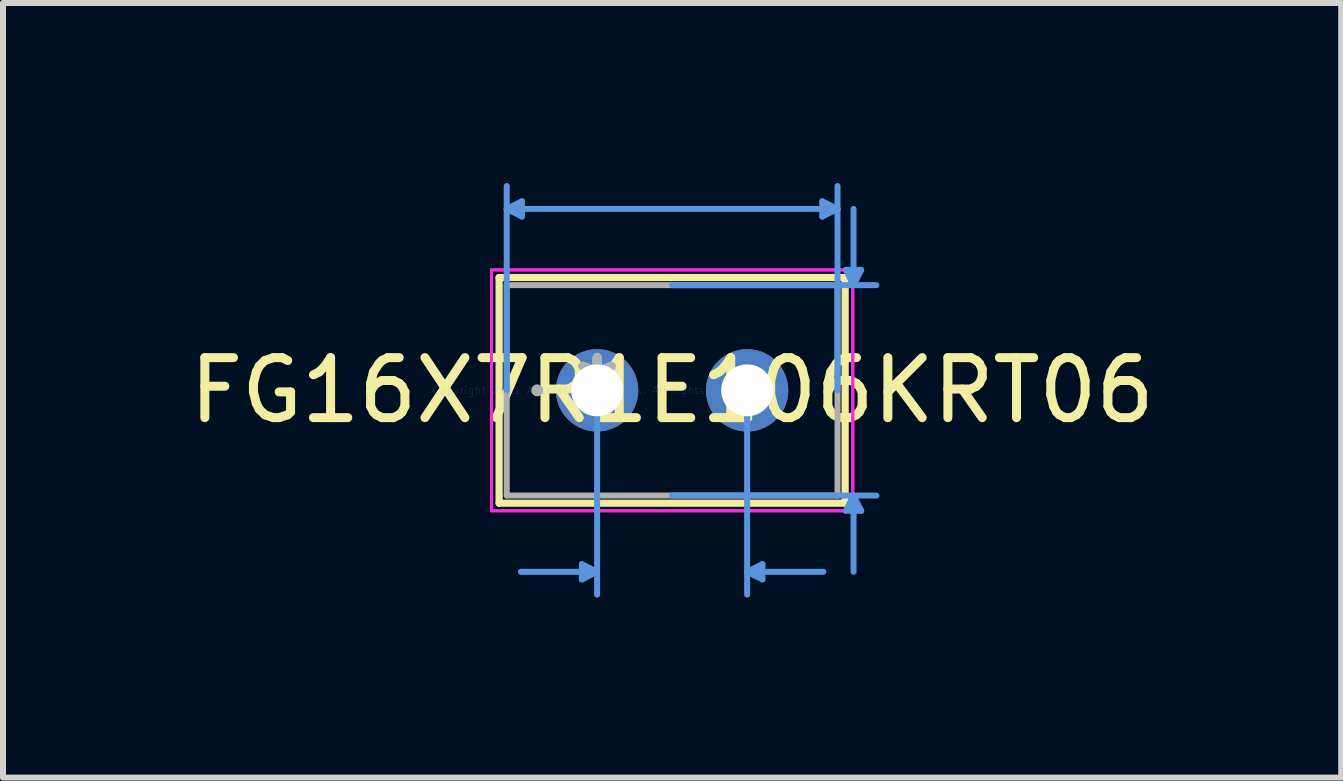
<source format=kicad_pcb>
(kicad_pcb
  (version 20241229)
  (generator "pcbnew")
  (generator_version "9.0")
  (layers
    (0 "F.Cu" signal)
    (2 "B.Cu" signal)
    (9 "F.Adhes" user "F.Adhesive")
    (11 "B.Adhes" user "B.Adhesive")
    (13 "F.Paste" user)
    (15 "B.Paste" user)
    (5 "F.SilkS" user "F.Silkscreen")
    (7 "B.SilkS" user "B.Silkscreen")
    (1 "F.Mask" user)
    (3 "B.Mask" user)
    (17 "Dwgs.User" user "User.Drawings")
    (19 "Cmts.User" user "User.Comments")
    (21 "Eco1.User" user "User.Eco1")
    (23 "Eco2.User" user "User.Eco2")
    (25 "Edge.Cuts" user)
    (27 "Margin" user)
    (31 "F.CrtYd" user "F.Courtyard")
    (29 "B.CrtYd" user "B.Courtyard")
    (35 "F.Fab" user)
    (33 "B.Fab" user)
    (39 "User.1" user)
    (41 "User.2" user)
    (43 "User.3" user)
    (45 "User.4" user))
  (footprint "FG16X7R1E106KRT06"
    (layer "F.Cu")
    (at 6.899 3.454)
    (property "Reference" "FG16X7R1E106KRT06" (at 1.25 0 0) (layer "F.SilkS") (effects (font (size 1 1) (thickness 0.15))))
    (attr through_hole)
    (fp_line (start -1.633 -1.88) (end -1.633 1.88) (stroke (width 0.12) (type solid)) (layer "F.SilkS"))
    (fp_line (start 4.133 -1.88) (end -1.633 -1.88) (stroke (width 0.12) (type solid)) (layer "F.SilkS"))
    (fp_line (start 4.133 -1.88) (end 4.133 1.88) (stroke (width 0.12) (type solid)) (layer "F.SilkS"))
    (fp_line (start 4.133 1.88) (end -1.633 1.88) (stroke (width 0.12) (type solid)) (layer "F.SilkS"))
    (fp_line (start -1.506 -3.023) (end -1.252 -3.15) (stroke (width 0.1) (type solid)) (layer "Cmts.User"))
    (fp_line (start -1.506 -3.023) (end -1.252 -2.896) (stroke (width 0.1) (type solid)) (layer "Cmts.User"))
    (fp_line (start -1.506 -3.023) (end 4.006 -3.023) (stroke (width 0.1) (type solid)) (layer "Cmts.User"))
    (fp_line (start -1.506 0) (end -1.506 -3.404) (stroke (width 0.1) (type solid)) (layer "Cmts.User"))
    (fp_line (start -1.252 -3.15) (end -1.252 -2.896) (stroke (width 0.1) (type solid)) (layer "Cmts.User"))
    (fp_line (start -0.254 2.896) (end -0.254 3.15) (stroke (width 0.1) (type solid)) (layer "Cmts.User"))
    (fp_line (start 0 0) (end 0 3.404) (stroke (width 0.1) (type solid)) (layer "Cmts.User"))
    (fp_line (start 0 3.023) (end -1.27 3.023) (stroke (width 0.1) (type solid)) (layer "Cmts.User"))
    (fp_line (start 0 3.023) (end -0.254 2.896) (stroke (width 0.1) (type solid)) (layer "Cmts.User"))
    (fp_line (start 0 3.023) (end -0.254 3.15) (stroke (width 0.1) (type solid)) (layer "Cmts.User"))
    (fp_line (start 1.25 -1.753) (end 4.654 -1.753) (stroke (width 0.1) (type solid)) (layer "Cmts.User"))
    (fp_line (start 1.25 1.753) (end 4.654 1.753) (stroke (width 0.1) (type solid)) (layer "Cmts.User"))
    (fp_line (start 2.5 0) (end 2.5 3.404) (stroke (width 0.1) (type solid)) (layer "Cmts.User"))
    (fp_line (start 2.5 3.023) (end 2.754 2.896) (stroke (width 0.1) (type solid)) (layer "Cmts.User"))
    (fp_line (start 2.5 3.023) (end 2.754 3.15) (stroke (width 0.1) (type solid)) (layer "Cmts.User"))
    (fp_line (start 2.5 3.023) (end 3.77 3.023) (stroke (width 0.1) (type solid)) (layer "Cmts.User"))
    (fp_line (start 2.754 2.896) (end 2.754 3.15) (stroke (width 0.1) (type solid)) (layer "Cmts.User"))
    (fp_line (start 3.752 -3.15) (end 3.752 -2.896) (stroke (width 0.1) (type solid)) (layer "Cmts.User"))
    (fp_line (start 4.006 -3.023) (end 3.752 -3.15) (stroke (width 0.1) (type solid)) (layer "Cmts.User"))
    (fp_line (start 4.006 -3.023) (end 3.752 -2.896) (stroke (width 0.1) (type solid)) (layer "Cmts.User"))
    (fp_line (start 4.006 0) (end 4.006 -3.404) (stroke (width 0.1) (type solid)) (layer "Cmts.User"))
    (fp_line (start 4.146 -2.007) (end 4.4 -2.007) (stroke (width 0.1) (type solid)) (layer "Cmts.User"))
    (fp_line (start 4.146 2.007) (end 4.4 2.007) (stroke (width 0.1) (type solid)) (layer "Cmts.User"))
    (fp_line (start 4.273 -1.753) (end 4.146 -2.007) (stroke (width 0.1) (type solid)) (layer "Cmts.User"))
    (fp_line (start 4.273 -1.753) (end 4.273 -3.023) (stroke (width 0.1) (type solid)) (layer "Cmts.User"))
    (fp_line (start 4.273 -1.753) (end 4.4 -2.007) (stroke (width 0.1) (type solid)) (layer "Cmts.User"))
    (fp_line (start 4.273 1.753) (end 4.146 2.007) (stroke (width 0.1) (type solid)) (layer "Cmts.User"))
    (fp_line (start 4.273 1.753) (end 4.273 3.023) (stroke (width 0.1) (type solid)) (layer "Cmts.User"))
    (fp_line (start 4.273 1.753) (end 4.4 2.007) (stroke (width 0.1) (type solid)) (layer "Cmts.User"))
    (fp_line (start -1.76 -2.007) (end 4.26 -2.007) (stroke (width 0.05) (type solid)) (layer "F.CrtYd"))
    (fp_line (start -1.76 -2.007) (end 4.26 -2.007) (stroke (width 0.05) (type solid)) (layer "F.CrtYd"))
    (fp_line (start -1.76 2.007) (end -1.76 -2.007) (stroke (width 0.05) (type solid)) (layer "F.CrtYd"))
    (fp_line (start -1.76 2.007) (end -1.76 -2.007) (stroke (width 0.05) (type solid)) (layer "F.CrtYd"))
    (fp_line (start 4.26 -2.007) (end 4.26 2.007) (stroke (width 0.05) (type solid)) (layer "F.CrtYd"))
    (fp_line (start 4.26 -2.007) (end 4.26 2.007) (stroke (width 0.05) (type solid)) (layer "F.CrtYd"))
    (fp_line (start 4.26 2.007) (end -1.76 2.007) (stroke (width 0.05) (type solid)) (layer "F.CrtYd"))
    (fp_line (start 4.26 2.007) (end -1.76 2.007) (stroke (width 0.05) (type solid)) (layer "F.CrtYd"))
    (fp_line (start -1.506 -1.753) (end -1.506 1.753) (stroke (width 0.1) (type solid)) (layer "F.Fab"))
    (fp_line (start 4.006 -1.753) (end -1.506 -1.753) (stroke (width 0.1) (type solid)) (layer "F.Fab"))
    (fp_line (start 4.006 -1.753) (end 4.006 1.753) (stroke (width 0.1) (type solid)) (layer "F.Fab"))
    (fp_line (start 4.006 1.753) (end -1.506 1.753) (stroke (width 0.1) (type solid)) (layer "F.Fab"))
    (fp_circle (center -0.998 0) (end -0.998 0) (stroke (width 0.1) (type solid)) (fill no) (layer "F.Fab"))
    (fp_text user "*" (at 0 0 0) (layer "F.SilkS") (effects (font (size 1 1) (thickness 0.15))))
    (fp_text user "Copyright 2021 Accelerated Designs. All rights reserved." (at 0 0 0) (layer "Cmts.User") (effects (font (size 0.127 0.127) (thickness 0.002))))
    (fp_text user "*" (at 0 0 0) (layer "F.Fab") (effects (font (size 1 1) (thickness 0.15))))
    (pad "1" thru_hole circle (at 0 0) (size 1.372 1.372) (drill 0.864) (layers "*.Cu" "*.Mask"))
    (pad "2" thru_hole circle (at 2.5 0) (size 1.372 1.372) (drill 0.864) (layers "*.Cu" "*.Mask")))
  (gr_rect
    (start -3 -3)
    (end 19.298 9.907)
    (stroke (width 0.1) (type default))
    (fill no)
    (layer "Edge.Cuts")))
</source>
